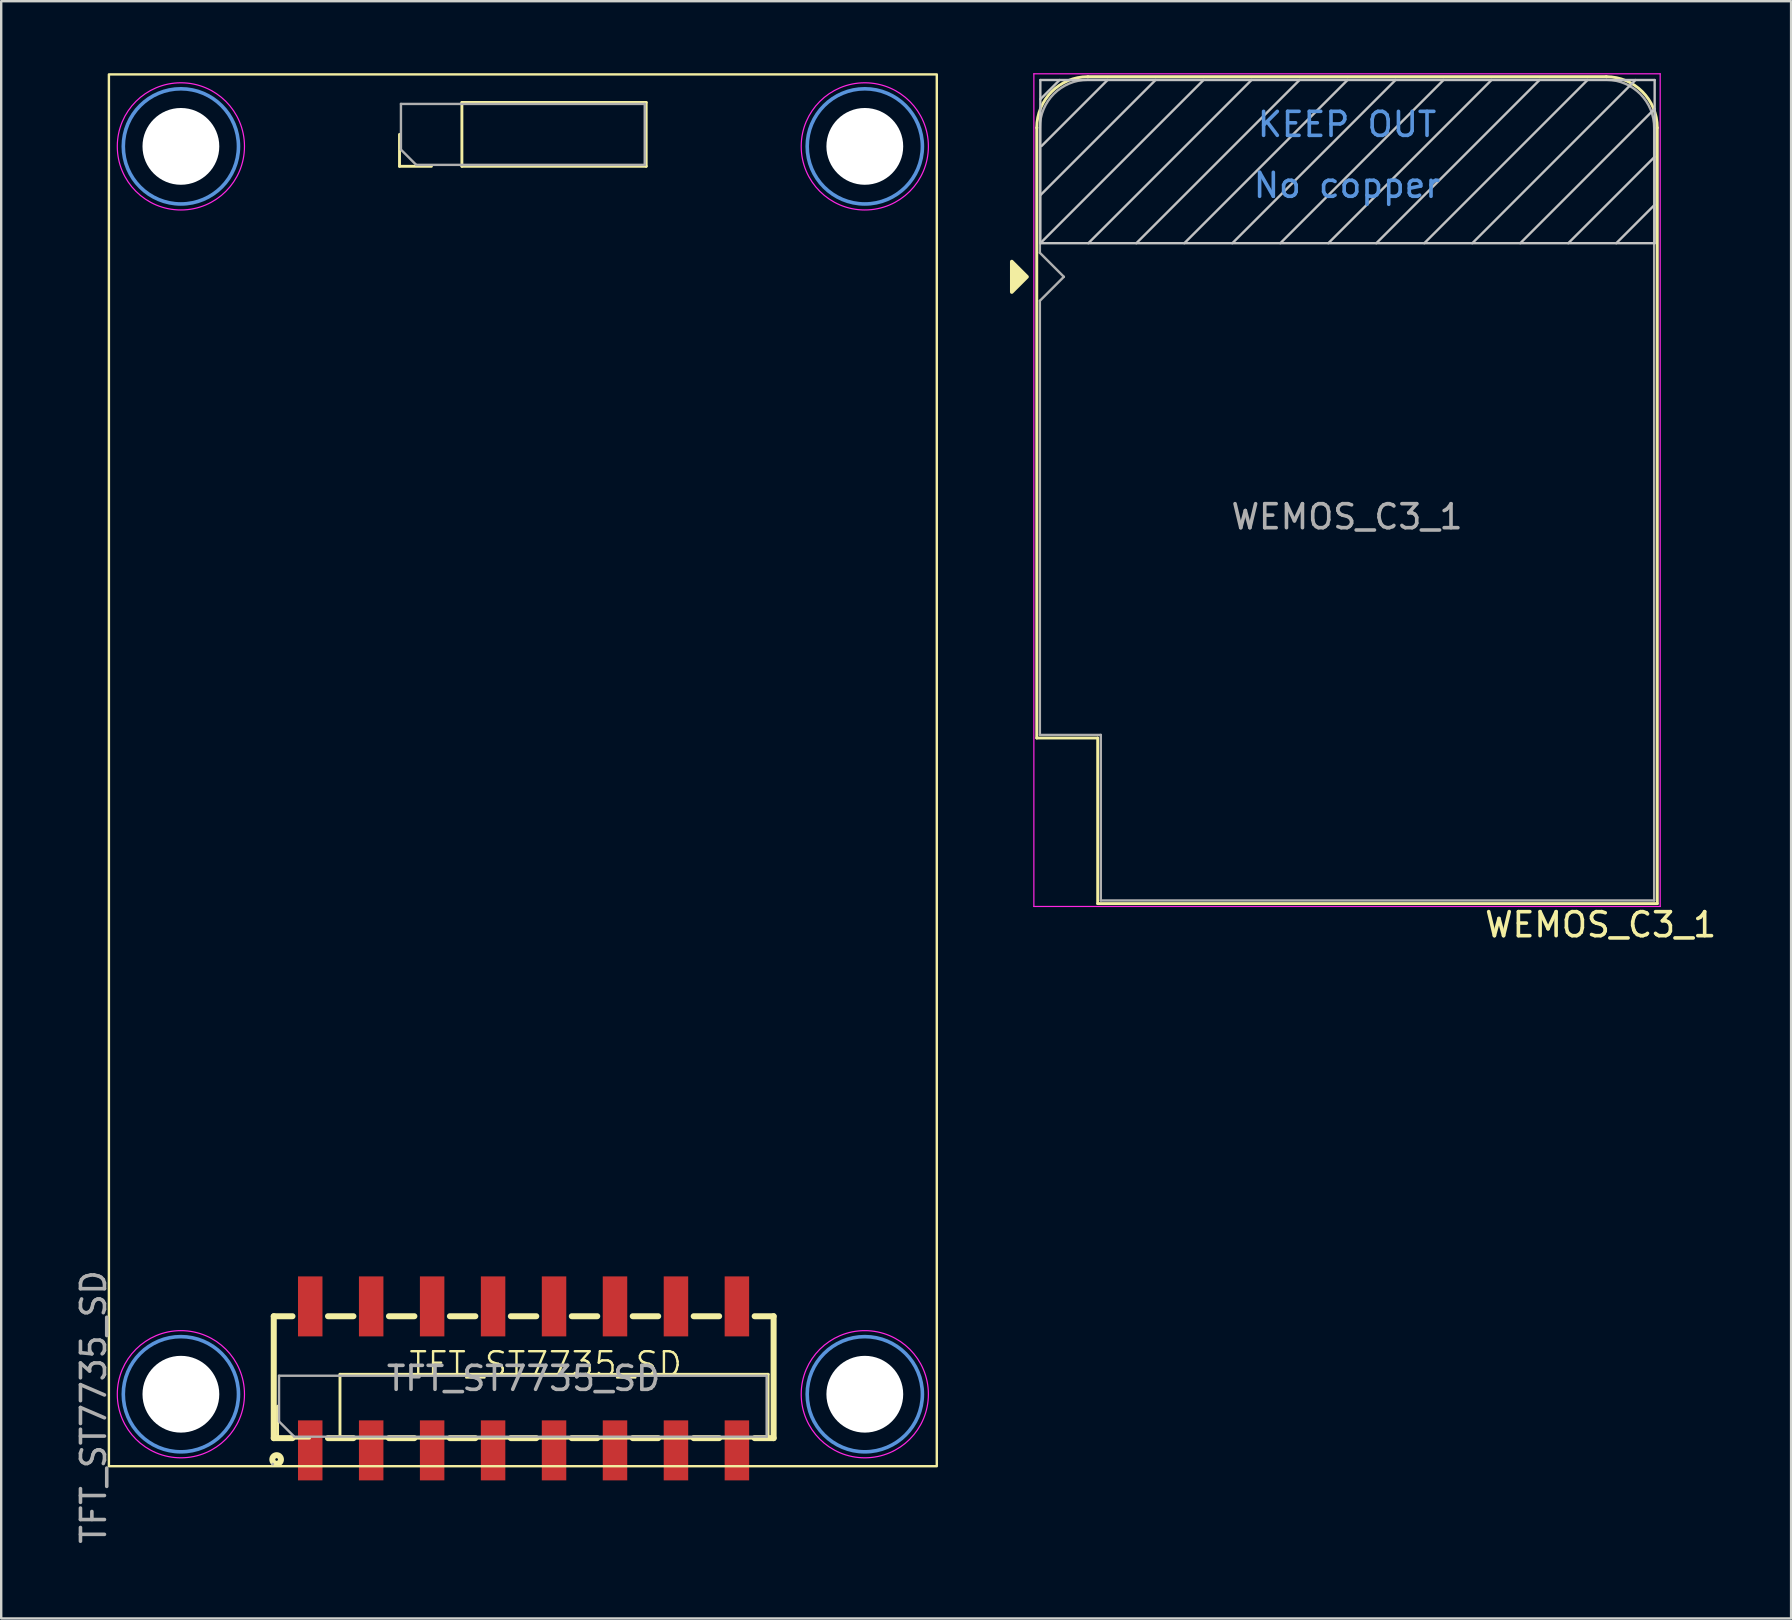
<source format=kicad_pcb>
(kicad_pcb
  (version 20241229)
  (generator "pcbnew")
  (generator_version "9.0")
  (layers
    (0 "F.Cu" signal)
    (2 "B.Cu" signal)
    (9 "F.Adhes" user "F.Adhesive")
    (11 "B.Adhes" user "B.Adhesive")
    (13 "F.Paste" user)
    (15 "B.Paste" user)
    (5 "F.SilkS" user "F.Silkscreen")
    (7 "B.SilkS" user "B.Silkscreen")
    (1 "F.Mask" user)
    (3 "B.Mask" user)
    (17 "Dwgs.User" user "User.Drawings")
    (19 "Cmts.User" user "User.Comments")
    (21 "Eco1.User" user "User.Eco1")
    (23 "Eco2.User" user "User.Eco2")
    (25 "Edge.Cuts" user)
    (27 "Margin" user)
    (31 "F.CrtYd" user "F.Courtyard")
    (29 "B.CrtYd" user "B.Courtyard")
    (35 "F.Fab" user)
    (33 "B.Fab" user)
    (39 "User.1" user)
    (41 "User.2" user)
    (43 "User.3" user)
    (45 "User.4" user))
  (footprint "TFT_ST7735_SD"
    (layer "F.Cu")
    (at 18.738 54.28)
    (property "Reference" "TFT_ST7735_SD" (at 0.95 -0.48 0) (unlocked yes) (layer "F.SilkS") (effects (font (size 1 1) (thickness 0.1))))
    (attr smd)
    (fp_line (start -10.38 -2.48) (end -10.38 2.6) (stroke (width 0.25) (type solid)) (layer "F.SilkS"))
    (fp_line (start -10.38 -2.48) (end -9.6 -2.48) (stroke (width 0.25) (type solid)) (layer "F.SilkS"))
    (fp_line (start -10.38 2.6) (end -9.6 2.6) (stroke (width 0.25) (type solid)) (layer "F.SilkS"))
    (fp_line (start -10.22 2.6) (end -10.22 1.27) (stroke (width 0.12) (type solid)) (layer "F.SilkS"))
    (fp_line (start -8.89 2.6) (end -10.22 2.6) (stroke (width 0.12) (type solid)) (layer "F.SilkS"))
    (fp_line (start -8.12 -2.48) (end -7.06 -2.48) (stroke (width 0.25) (type solid)) (layer "F.SilkS"))
    (fp_line (start -8.12 2.6) (end -7.06 2.6) (stroke (width 0.25) (type solid)) (layer "F.SilkS"))
    (fp_line (start -7.62 -0.06) (end 10.22 -0.06) (stroke (width 0.12) (type solid)) (layer "F.SilkS"))
    (fp_line (start -7.62 2.6) (end -7.62 -0.06) (stroke (width 0.12) (type solid)) (layer "F.SilkS"))
    (fp_line (start -7.62 2.6) (end 10.22 2.6) (stroke (width 0.12) (type solid)) (layer "F.SilkS"))
    (fp_line (start -5.58 -2.48) (end -4.52 -2.48) (stroke (width 0.25) (type solid)) (layer "F.SilkS"))
    (fp_line (start -5.58 2.6) (end -4.52 2.6) (stroke (width 0.25) (type solid)) (layer "F.SilkS"))
    (fp_line (start -5.14 -50.4) (end -5.14 -51.73) (stroke (width 0.12) (type solid)) (layer "F.SilkS"))
    (fp_line (start -3.81 -50.4) (end -5.14 -50.4) (stroke (width 0.12) (type solid)) (layer "F.SilkS"))
    (fp_line (start -3.04 -2.48) (end -1.98 -2.48) (stroke (width 0.25) (type solid)) (layer "F.SilkS"))
    (fp_line (start -3.04 2.6) (end -1.98 2.6) (stroke (width 0.25) (type solid)) (layer "F.SilkS"))
    (fp_line (start -2.54 -53.06) (end 5.14 -53.06) (stroke (width 0.12) (type solid)) (layer "F.SilkS"))
    (fp_line (start -2.54 -50.4) (end -2.54 -53.06) (stroke (width 0.12) (type solid)) (layer "F.SilkS"))
    (fp_line (start -2.54 -50.4) (end 5.14 -50.4) (stroke (width 0.12) (type solid)) (layer "F.SilkS"))
    (fp_line (start -0.5 -2.48) (end 0.56 -2.48) (stroke (width 0.25) (type solid)) (layer "F.SilkS"))
    (fp_line (start -0.5 2.6) (end 0.56 2.6) (stroke (width 0.25) (type solid)) (layer "F.SilkS"))
    (fp_line (start 2.04 -2.48) (end 3.1 -2.48) (stroke (width 0.25) (type solid)) (layer "F.SilkS"))
    (fp_line (start 2.04 2.6) (end 3.1 2.6) (stroke (width 0.25) (type solid)) (layer "F.SilkS"))
    (fp_line (start 4.58 -2.48) (end 5.64 -2.48) (stroke (width 0.25) (type solid)) (layer "F.SilkS"))
    (fp_line (start 4.58 2.6) (end 5.64 2.6) (stroke (width 0.25) (type solid)) (layer "F.SilkS"))
    (fp_line (start 5.14 -50.4) (end 5.14 -53.06) (stroke (width 0.12) (type solid)) (layer "F.SilkS"))
    (fp_line (start 7.12 -2.48) (end 8.18 -2.48) (stroke (width 0.25) (type solid)) (layer "F.SilkS"))
    (fp_line (start 7.12 2.6) (end 8.18 2.6) (stroke (width 0.25) (type solid)) (layer "F.SilkS"))
    (fp_line (start 9.66 -2.48) (end 10.45 -2.48) (stroke (width 0.25) (type solid)) (layer "F.SilkS"))
    (fp_line (start 9.66 2.6) (end 10.45 2.6) (stroke (width 0.25) (type solid)) (layer "F.SilkS"))
    (fp_line (start 10.22 2.6) (end 10.22 -0.06) (stroke (width 0.12) (type solid)) (layer "F.SilkS"))
    (fp_line (start 10.45 2.6) (end 10.45 -2.48) (stroke (width 0.25) (type solid)) (layer "F.SilkS"))
    (fp_rect (start -17.25 -54.23) (end 17.25 3.77) (stroke (width 0.1) (type default)) (fill no) (layer "F.SilkS"))
    (fp_circle (center -10.26 3.49) (end -10.08 3.49) (stroke (width 0.25) (type solid)) (fill no) (layer "F.SilkS"))
    (fp_circle (center -14.25 -51.23) (end -14.25 -53.63) (stroke (width 0.15) (type solid)) (fill no) (layer "Cmts.User"))
    (fp_circle (center -14.25 0.77) (end -14.25 -1.63) (stroke (width 0.15) (type solid)) (fill no) (layer "Cmts.User"))
    (fp_circle (center 14.25 -51.23) (end 14.25 -53.63) (stroke (width 0.15) (type solid)) (fill no) (layer "Cmts.User"))
    (fp_circle (center 14.25 0.77) (end 14.25 -1.63) (stroke (width 0.15) (type solid)) (fill no) (layer "Cmts.User"))
    (fp_circle (center -14.25 -51.23) (end -14.25 -53.88) (stroke (width 0.05) (type solid)) (fill no) (layer "F.CrtYd"))
    (fp_circle (center -14.25 0.77) (end -14.25 -1.88) (stroke (width 0.05) (type solid)) (fill no) (layer "F.CrtYd"))
    (fp_circle (center 14.25 -51.23) (end 14.25 -53.88) (stroke (width 0.05) (type solid)) (fill no) (layer "F.CrtYd"))
    (fp_circle (center 14.25 0.77) (end 14.25 -1.88) (stroke (width 0.05) (type solid)) (fill no) (layer "F.CrtYd"))
    (fp_line (start -10.16 0) (end 10.16 0) (stroke (width 0.1) (type solid)) (layer "F.Fab"))
    (fp_line (start -10.16 1.905) (end -10.16 0) (stroke (width 0.1) (type solid)) (layer "F.Fab"))
    (fp_line (start -9.525 2.54) (end -10.16 1.905) (stroke (width 0.1) (type solid)) (layer "F.Fab"))
    (fp_line (start -5.08 -53) (end 5.08 -53) (stroke (width 0.1) (type solid)) (layer "F.Fab"))
    (fp_line (start -5.08 -51.095) (end -5.08 -53) (stroke (width 0.1) (type solid)) (layer "F.Fab"))
    (fp_line (start -4.445 -50.46) (end -5.08 -51.095) (stroke (width 0.1) (type solid)) (layer "F.Fab"))
    (fp_line (start 5.08 -53) (end 5.08 -50.46) (stroke (width 0.1) (type solid)) (layer "F.Fab"))
    (fp_line (start 5.08 -50.46) (end -4.445 -50.46) (stroke (width 0.1) (type solid)) (layer "F.Fab"))
    (fp_line (start 10.16 0) (end 10.16 2.54) (stroke (width 0.1) (type solid)) (layer "F.Fab"))
    (fp_line (start 10.16 2.54) (end -9.525 2.54) (stroke (width 0.1) (type solid)) (layer "F.Fab"))
    (fp_circle (center -10.42 3.68) (end -10.39 3.68) (stroke (width 0.06) (type solid)) (fill no) (layer "F.Fab"))
    (fp_text user "${REFERENCE}" (at -17.89 1.3 90) (layer "F.Fab") (effects (font (size 1 1) (thickness 0.15))))
    (fp_text user "${REFERENCE}" (at 0.03 0.11 180) (layer "F.Fab") (effects (font (size 1 1) (thickness 0.15))))
    (pad "" np_thru_hole circle (at -14.25 -51.23 90) (size 3.2 3.2) (drill 3.2) (layers "*.Cu" "*.Mask"))
    (pad "" np_thru_hole circle (at -14.25 0.77 90) (size 3.2 3.2) (drill 3.2) (layers "*.Cu" "*.Mask"))
    (pad "" np_thru_hole circle (at 14.25 -51.23 90) (size 3.2 3.2) (drill 3.2) (layers "*.Cu" "*.Mask"))
    (pad "" np_thru_hole circle (at 14.25 0.77 90) (size 3.2 3.2) (drill 3.2) (layers "*.Cu" "*.Mask"))
    (pad "1" smd rect (at -8.86 3.11) (size 1.02 2.5) (layers "F.Cu" "F.Mask" "F.Paste"))
    (pad "2" smd rect (at -6.32 3.11) (size 1.02 2.5) (layers "F.Cu" "F.Mask" "F.Paste"))
    (pad "3" smd rect (at -3.78 3.11) (size 1.02 2.5) (layers "F.Cu" "F.Mask" "F.Paste"))
    (pad "4" smd rect (at -1.24 3.11) (size 1.02 2.5) (layers "F.Cu" "F.Mask" "F.Paste"))
    (pad "5" smd rect (at 1.3 3.11) (size 1.02 2.5) (layers "F.Cu" "F.Mask" "F.Paste"))
    (pad "6" smd rect (at 3.84 3.11) (size 1.02 2.5) (layers "F.Cu" "F.Mask" "F.Paste"))
    (pad "7" smd rect (at 6.38 3.11) (size 1.02 2.5) (layers "F.Cu" "F.Mask" "F.Paste"))
    (pad "8" smd rect (at 8.92 3.11) (size 1.02 2.5) (layers "F.Cu" "F.Mask" "F.Paste"))
    (pad "null0" smd rect (at -8.86 -2.89) (size 1.02 2.5) (layers "F.Cu" "F.Mask" "F.Paste"))
    (pad "null0" smd rect (at -6.32 -2.89) (size 1.02 2.5) (layers "F.Cu" "F.Mask" "F.Paste"))
    (pad "null0" smd rect (at -3.78 -2.89) (size 1.02 2.5) (layers "F.Cu" "F.Mask" "F.Paste"))
    (pad "null0" smd rect (at -1.24 -2.89) (size 1.02 2.5) (layers "F.Cu" "F.Mask" "F.Paste"))
    (pad "null0" smd rect (at 1.3 -2.89) (size 1.02 2.5) (layers "F.Cu" "F.Mask" "F.Paste"))
    (pad "null0" smd rect (at 3.84 -2.89) (size 1.02 2.5) (layers "F.Cu" "F.Mask" "F.Paste"))
    (pad "null0" smd rect (at 6.38 -2.89) (size 1.02 2.5) (layers "F.Cu" "F.Mask" "F.Paste"))
    (pad "null0" smd rect (at 8.92 -2.89) (size 1.02 2.5) (layers "F.Cu" "F.Mask" "F.Paste")))
  (footprint "WEMOS_C3_1"
    (layer "F.Cu")
    (at 41.653 8.485)
    (property "Reference" "WEMOS_C3_1" (at 22 27 0) (layer "F.SilkS") (effects (font (size 1 1) (thickness 0.15))))
    (attr smd)
    (fp_line (start -1.5 19.22) (end -1.5 -6.21) (stroke (width 0.12) (type solid)) (layer "F.SilkS"))
    (fp_line (start -1.5 19.22) (end 1.04 19.22) (stroke (width 0.12) (type solid)) (layer "F.SilkS"))
    (fp_line (start 1.04 19.22) (end 1.04 26.12) (stroke (width 0.12) (type solid)) (layer "F.SilkS"))
    (fp_line (start 1.04 26.12) (end 24.36 26.12) (stroke (width 0.12) (type solid)) (layer "F.SilkS"))
    (fp_line (start 22.24 -8.34) (end 0.63 -8.34) (stroke (width 0.12) (type solid)) (layer "F.SilkS"))
    (fp_line (start 24.36 26.12) (end 24.36 -6.21) (stroke (width 0.12) (type solid)) (layer "F.SilkS"))
    (fp_arc (start -1.5 -6.21) (mid -0.876137 -7.716137) (end 0.63 -8.34) (stroke (width 0.12) (type solid)) (layer "F.SilkS"))
    (fp_arc (start 22.23 -8.34) (mid 23.736137 -7.716137) (end 24.36 -6.21) (stroke (width 0.12) (type solid)) (layer "F.SilkS"))
    (fp_poly (pts (xy -2.54 -0.635) (xy -2.54 0.635) (xy -1.905 0)) (stroke (width 0.15) (type solid)) (fill yes) (layer "F.SilkS"))
    (fp_line (start -1.35 -8.2) (end -1.35 -1.4) (stroke (width 0.1) (type solid)) (layer "Dwgs.User"))
    (fp_line (start -1.35 -7.4) (end -0.55 -8.2) (stroke (width 0.1) (type solid)) (layer "Dwgs.User"))
    (fp_line (start -1.35 -3.4) (end 3.45 -8.2) (stroke (width 0.1) (type solid)) (layer "Dwgs.User"))
    (fp_line (start -1.35 -1.4) (end 5.45 -8.2) (stroke (width 0.1) (type solid)) (layer "Dwgs.User"))
    (fp_line (start -1.35 -1.4) (end 24.25 -1.4) (stroke (width 0.1) (type solid)) (layer "Dwgs.User"))
    (fp_line (start -1.3 -5.45) (end 1.45 -8.2) (stroke (width 0.1) (type solid)) (layer "Dwgs.User"))
    (fp_line (start 0.65 -1.4) (end 7.45 -8.2) (stroke (width 0.1) (type solid)) (layer "Dwgs.User"))
    (fp_line (start 2.65 -1.4) (end 9.45 -8.2) (stroke (width 0.1) (type solid)) (layer "Dwgs.User"))
    (fp_line (start 4.65 -1.4) (end 11.45 -8.2) (stroke (width 0.1) (type solid)) (layer "Dwgs.User"))
    (fp_line (start 6.65 -1.4) (end 13.45 -8.2) (stroke (width 0.1) (type solid)) (layer "Dwgs.User"))
    (fp_line (start 8.65 -1.4) (end 15.45 -8.2) (stroke (width 0.1) (type solid)) (layer "Dwgs.User"))
    (fp_line (start 10.65 -1.4) (end 17.45 -8.2) (stroke (width 0.1) (type solid)) (layer "Dwgs.User"))
    (fp_line (start 12.65 -1.4) (end 19.45 -8.2) (stroke (width 0.1) (type solid)) (layer "Dwgs.User"))
    (fp_line (start 14.65 -1.4) (end 21.45 -8.2) (stroke (width 0.1) (type solid)) (layer "Dwgs.User"))
    (fp_line (start 16.65 -1.4) (end 23.45 -8.2) (stroke (width 0.1) (type solid)) (layer "Dwgs.User"))
    (fp_line (start 18.65 -1.4) (end 24.25 -7) (stroke (width 0.1) (type solid)) (layer "Dwgs.User"))
    (fp_line (start 20.65 -1.4) (end 24.25 -5) (stroke (width 0.1) (type solid)) (layer "Dwgs.User"))
    (fp_line (start 22.65 -1.4) (end 24.25 -3) (stroke (width 0.1) (type solid)) (layer "Dwgs.User"))
    (fp_line (start 24.25 -8.2) (end -1.35 -8.2) (stroke (width 0.1) (type solid)) (layer "Dwgs.User"))
    (fp_line (start 24.25 -1.4) (end 24.25 -8.2) (stroke (width 0.1) (type solid)) (layer "Dwgs.User"))
    (fp_line (start -1.62 -8.46) (end 24.48 -8.46) (stroke (width 0.05) (type solid)) (layer "F.CrtYd"))
    (fp_line (start -1.62 26.24) (end -1.62 -8.46) (stroke (width 0.05) (type solid)) (layer "F.CrtYd"))
    (fp_line (start 24.48 -8.46) (end 24.48 26.24) (stroke (width 0.05) (type solid)) (layer "F.CrtYd"))
    (fp_line (start 24.48 26.24) (end -1.62 26.24) (stroke (width 0.05) (type solid)) (layer "F.CrtYd"))
    (fp_line (start -1.37 -6.21) (end -1.37 -1) (stroke (width 0.1) (type solid)) (layer "F.Fab"))
    (fp_line (start -1.37 1) (end -1.37 19.09) (stroke (width 0.1) (type solid)) (layer "F.Fab"))
    (fp_line (start -1.37 1) (end -0.37 0) (stroke (width 0.1) (type solid)) (layer "F.Fab"))
    (fp_line (start -1.37 19.09) (end 1.17 19.09) (stroke (width 0.1) (type solid)) (layer "F.Fab"))
    (fp_line (start -0.37 0) (end -1.37 -1) (stroke (width 0.1) (type solid)) (layer "F.Fab"))
    (fp_line (start 1.17 19.09) (end 1.17 25.99) (stroke (width 0.1) (type solid)) (layer "F.Fab"))
    (fp_line (start 1.17 25.99) (end 24.23 25.99) (stroke (width 0.1) (type solid)) (layer "F.Fab"))
    (fp_line (start 22.23 -8.21) (end 0.63 -8.21) (stroke (width 0.1) (type solid)) (layer "F.Fab"))
    (fp_line (start 24.23 25.99) (end 24.23 -6.21) (stroke (width 0.1) (type solid)) (layer "F.Fab"))
    (fp_arc (start -1.37 -6.21) (mid -0.784214 -7.624214) (end 0.63 -8.21) (stroke (width 0.1) (type solid)) (layer "F.Fab"))
    (fp_arc (start 22.25 -8.21) (mid 23.658356 -7.610071) (end 24.23 -6.19) (stroke (width 0.1) (type solid)) (layer "F.Fab"))
    (fp_text user "KEEP OUT" (at 11.43 -6.35 0) (layer "Cmts.User") (effects (font (size 1 1) (thickness 0.15))))
    (fp_text user "No copper" (at 11.43 -3.81 0) (layer "Cmts.User") (effects (font (size 1 1) (thickness 0.15))))
    (fp_text user "${REFERENCE}" (at 11.43 10 0) (layer "F.Fab") (effects (font (size 1 1) (thickness 0.15)))))
  (gr_rect
    (start -3 -3)
    (end 71.588 64.395)
    (stroke (width 0.1) (type default))
    (fill no)
    (layer "Edge.Cuts")))
</source>
